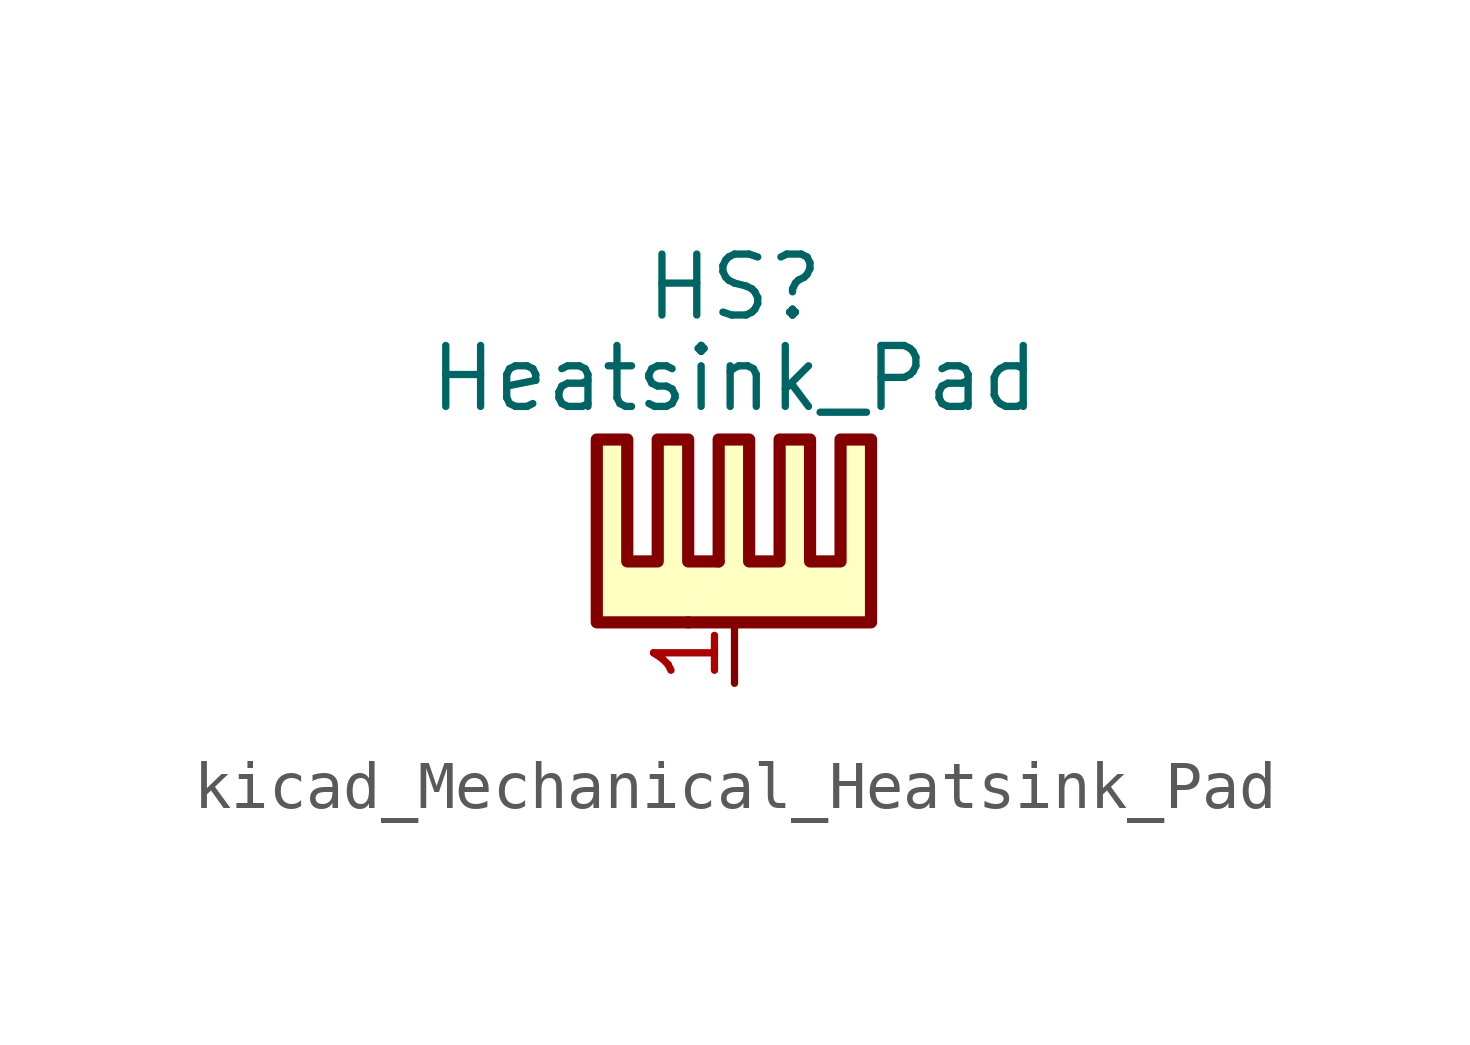
<source format=kicad_sym>
(kicad_symbol_lib
  (version 20220914)
  (generator kicad_symbol_editor)
  (symbol "kicad_Mechanical_Heatsink_Pad"
    (pin_names
      (offset 0))
    (property "Reference" "HS"
      (at 0 5.715 0)
      (effects (font (size 1.27 1.27))))
    (property "Value" "Heatsink_Pad"
      (at 0 3.81 0)
      (effects (font (size 1.27 1.27))))
    (symbol "kicad_Mechanical_Heatsink_Pad_0_1"
      (polyline (pts (xy -0.33 0) (xy -0.965 0) (xy -0.965 2.54) (xy -1.6 2.54) (xy -1.6 0) (xy -2.235 0) (xy -2.235 2.54) (xy -2.87 2.54) (xy -2.87 -1.27) (xy -0.965 -1.27)) (stroke (width 0.254) (type default)) (fill (type background)))
      (polyline (pts (xy -0.33 0) (xy -0.33 2.54) (xy 0.305 2.54) (xy 0.305 0) (xy 0.94 0) (xy 0.94 2.54) (xy 1.575 2.54) (xy 1.575 0) (xy 2.21 0) (xy 2.21 2.54) (xy 2.845 2.54) (xy 2.845 -1.27) (xy -0.965 -1.27)) (stroke (width 0.254) (type default)) (fill (type background))))
    (symbol "kicad_Mechanical_Heatsink_Pad_1_1"
      (pin passive line (at 0 -2.54 90) (length 1.27) (name "~" (effects (font (size 1.27 1.27)))) (number "1" (effects (font (size 1.27 1.27))))))))
</source>
